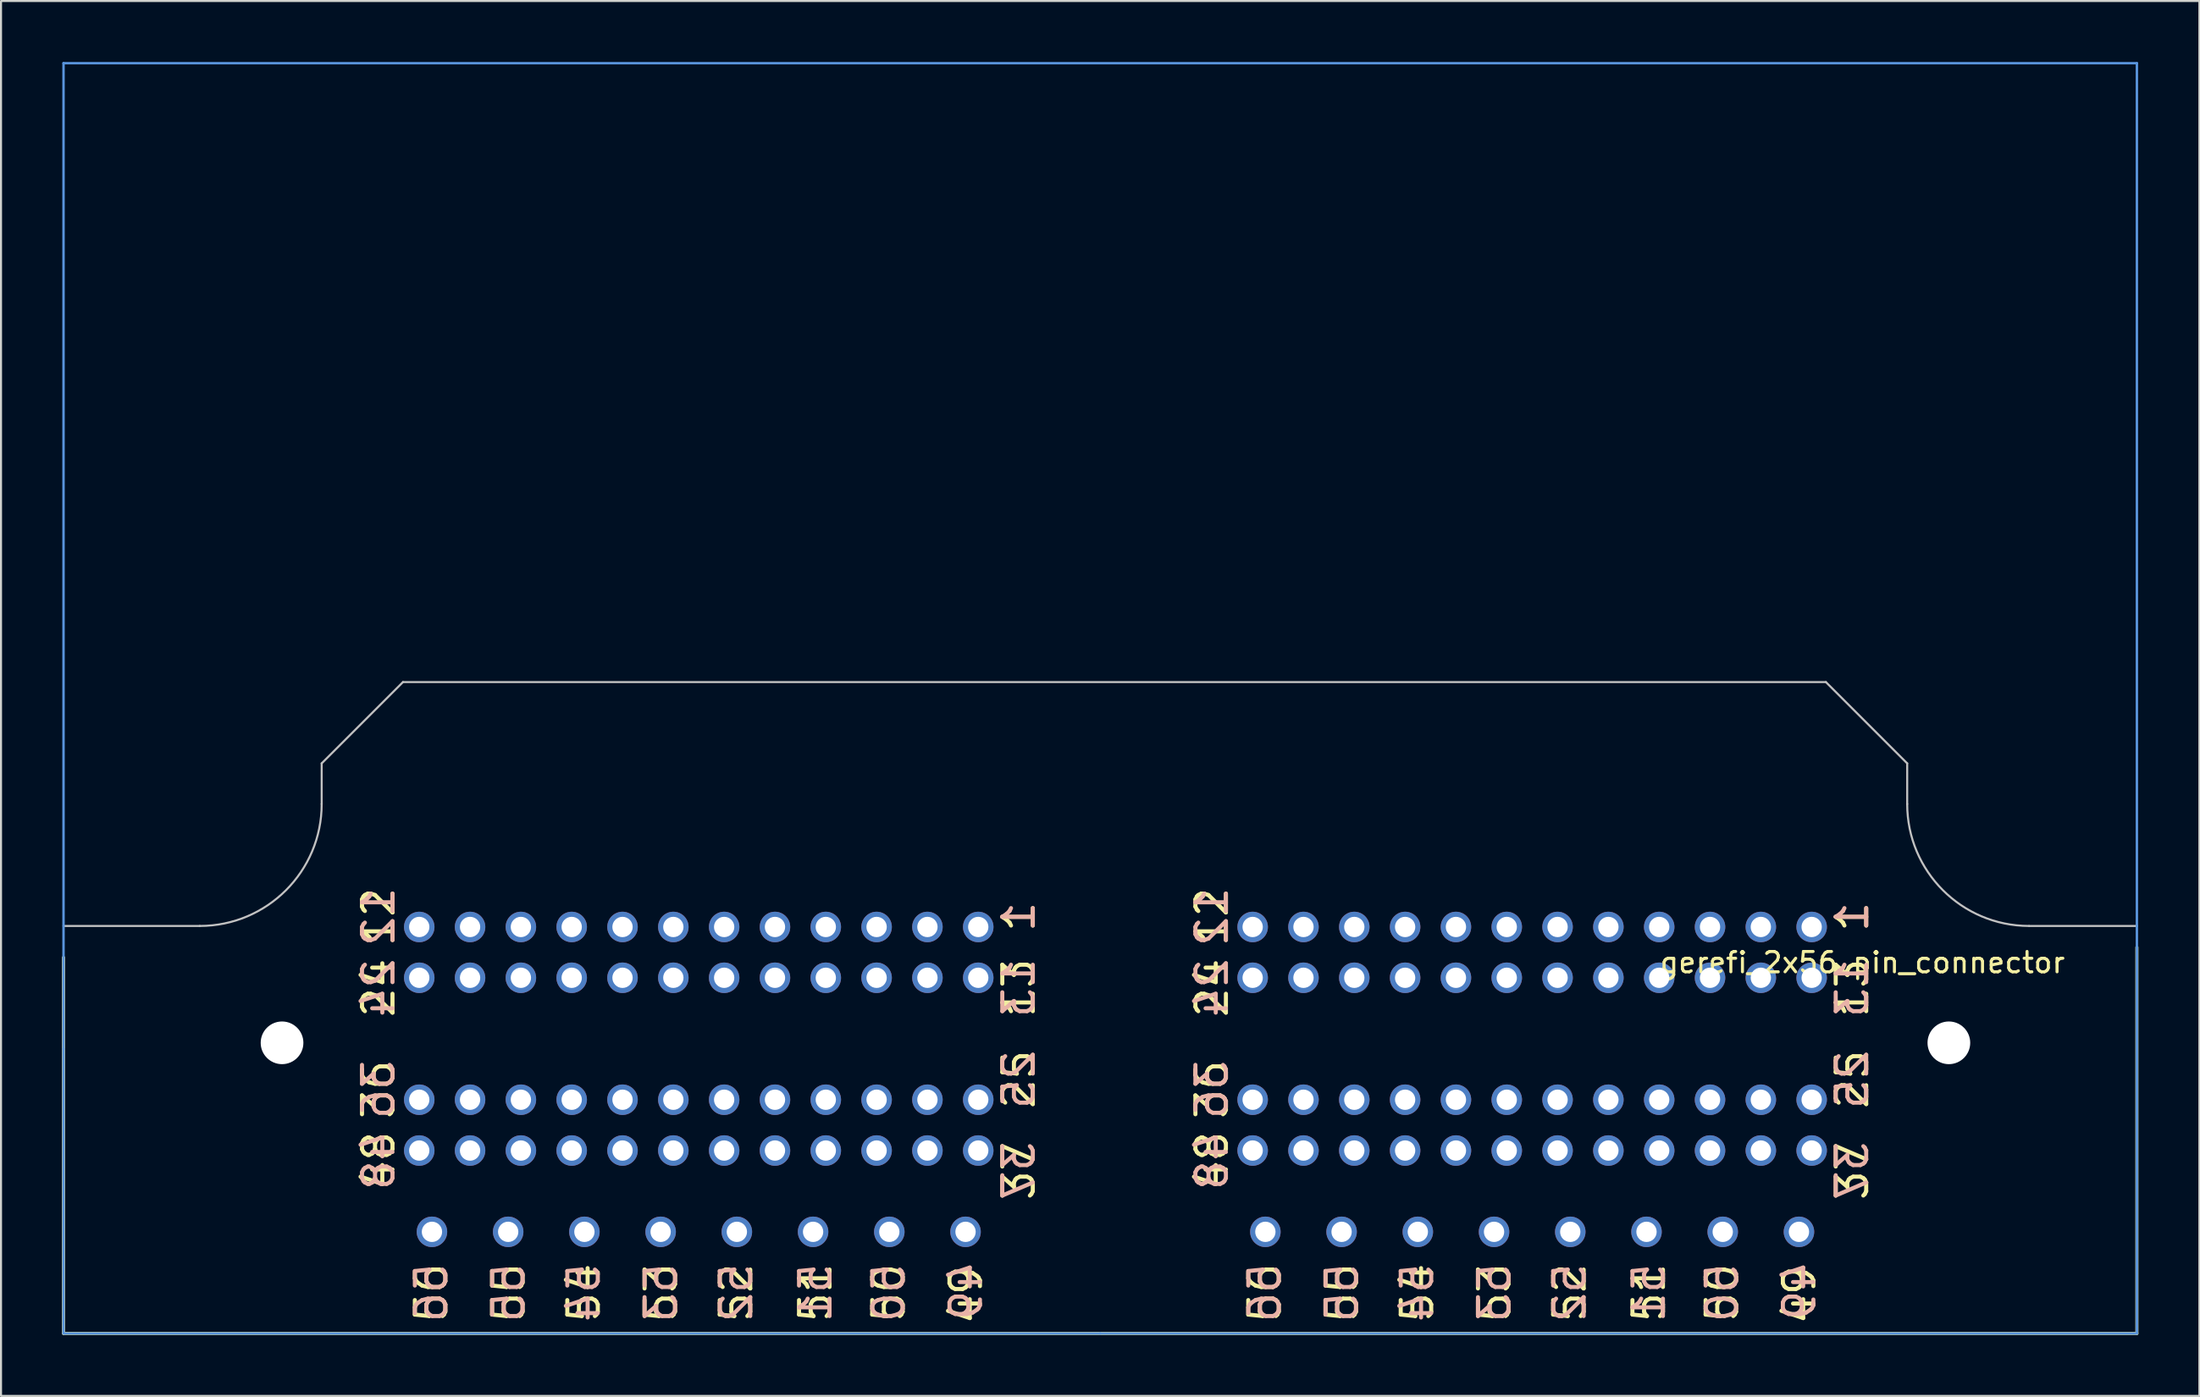
<source format=kicad_pcb>
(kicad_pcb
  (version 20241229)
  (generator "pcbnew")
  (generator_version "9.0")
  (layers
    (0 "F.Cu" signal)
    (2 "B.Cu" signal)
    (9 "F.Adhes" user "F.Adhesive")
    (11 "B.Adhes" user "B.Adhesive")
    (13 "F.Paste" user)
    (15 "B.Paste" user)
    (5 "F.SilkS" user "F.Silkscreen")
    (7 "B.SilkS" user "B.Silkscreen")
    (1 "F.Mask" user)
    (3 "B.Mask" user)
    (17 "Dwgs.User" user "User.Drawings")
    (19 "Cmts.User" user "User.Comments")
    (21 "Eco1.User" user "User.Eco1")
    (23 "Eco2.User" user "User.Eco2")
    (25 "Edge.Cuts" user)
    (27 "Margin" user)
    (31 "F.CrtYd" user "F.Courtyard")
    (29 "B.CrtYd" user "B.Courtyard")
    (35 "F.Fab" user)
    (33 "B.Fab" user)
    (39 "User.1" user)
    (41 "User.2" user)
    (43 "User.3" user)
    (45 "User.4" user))
  (footprint "gerefi_2x56_pin_connector"
    (layer "F.Cu")
    (at 86.075 42.56)
    (property "Reference" "gerefi_2x56_pin_connector" (at 2.5 1.75 0) (layer "F.SilkS") (effects (font (size 1 1) (thickness 0.15))))
    (attr through_hole)
    (fp_line (start -86 1.5) (end -86 20) (stroke (width 0.15) (type solid)) (layer "F.SilkS"))
    (fp_line (start -86 20) (end 16 20) (stroke (width 0.15) (type solid)) (layer "F.SilkS"))
    (fp_line (start 16 20) (end 16 1) (stroke (width 0.15) (type solid)) (layer "F.SilkS"))
    (fp_line (start -86 -0.05) (end -79.3 -0.05) (stroke (width 0.1) (type solid)) (layer "Dwgs.User"))
    (fp_line (start -73.3 -8.05) (end -69.3 -12.05) (stroke (width 0.1) (type solid)) (layer "Dwgs.User"))
    (fp_line (start -73.3 -6.05) (end -73.3 -8.05) (stroke (width 0.1) (type solid)) (layer "Dwgs.User"))
    (fp_line (start -69.3 -12.05) (end 0.7 -12.05) (stroke (width 0.1) (type solid)) (layer "Dwgs.User"))
    (fp_line (start 4.7 -8.05) (end 0.7 -12.05) (stroke (width 0.1) (type solid)) (layer "Dwgs.User"))
    (fp_line (start 4.7 -6.05) (end 4.7 -8.05) (stroke (width 0.1) (type solid)) (layer "Dwgs.User"))
    (fp_line (start 16 -0.05) (end 10.7 -0.05) (stroke (width 0.1) (type solid)) (layer "Dwgs.User"))
    (fp_arc (start -73.3 -6.05) (mid -75.057359 -1.807359) (end -79.3 -0.05) (stroke (width 0.1) (type solid)) (layer "Dwgs.User"))
    (fp_arc (start 10.689528 -0.050009) (mid 6.453658 -1.811063) (end 4.7 -6.05) (stroke (width 0.1) (type solid)) (layer "Dwgs.User"))
    (fp_line (start -86 -42.5) (end 16 -42.5) (stroke (width 0.12) (type solid)) (layer "Cmts.User"))
    (fp_line (start -86 6) (end -86 -42.5) (stroke (width 0.12) (type solid)) (layer "Cmts.User"))
    (fp_line (start -86 6) (end -86 20) (stroke (width 0.12) (type solid)) (layer "Cmts.User"))
    (fp_line (start -35 20) (end -86 20) (stroke (width 0.12) (type solid)) (layer "Cmts.User"))
    (fp_line (start -35 20) (end 16 20) (stroke (width 0.12) (type solid)) (layer "Cmts.User"))
    (fp_line (start 16 -42.5) (end 16 20) (stroke (width 0.12) (type solid)) (layer "Cmts.User"))
    (fp_text user "49" (at -41.6 18.1 90) (layer "F.SilkS") (effects (font (size 1.5 1.5) (thickness 0.2))))
    (fp_text user "25" (at -39 7.5 90) (layer "F.SilkS") (effects (font (size 1.5 1.5) (thickness 0.2))))
    (fp_text user "52" (at -11.9 18 90) (layer "F.SilkS") (effects (font (size 1.5 1.5) (thickness 0.2))))
    (fp_text user "54" (at -19.4 18 90) (layer "F.SilkS") (effects (font (size 1.5 1.5) (thickness 0.2))))
    (fp_text user "37" (at 2 12 90) (layer "F.SilkS") (effects (font (size 1.5 1.5) (thickness 0.2))))
    (fp_text user "36" (at -70.5 8 90) (layer "F.SilkS") (effects (font (size 1.5 1.5) (thickness 0.2))))
    (fp_text user "1" (at -39 -0.5 90) (layer "F.SilkS") (effects (font (size 1.5 1.5) (thickness 0.2))))
    (fp_text user "49" (at -0.6 18.1 90) (layer "F.SilkS") (effects (font (size 1.5 1.5) (thickness 0.2))))
    (fp_text user "55" (at -64.1 18 90) (layer "F.SilkS") (effects (font (size 1.5 1.5) (thickness 0.2))))
    (fp_text user "1" (at 2 -0.5 90) (layer "F.SilkS") (effects (font (size 1.5 1.5) (thickness 0.2))))
    (fp_text user "37" (at -39 12 90) (layer "F.SilkS") (effects (font (size 1.5 1.5) (thickness 0.2))))
    (fp_text user "25" (at 2 7.5 90) (layer "F.SilkS") (effects (font (size 1.5 1.5) (thickness 0.2))))
    (fp_text user "24" (at -70.5 3 90) (layer "F.SilkS") (effects (font (size 1.5 1.5) (thickness 0.2))))
    (fp_text user "12" (at -70.5 -0.5 90) (layer "F.SilkS") (effects (font (size 1.5 1.5) (thickness 0.2))))
    (fp_text user "24" (at -29.5 3 90) (layer "F.SilkS") (effects (font (size 1.5 1.5) (thickness 0.2))))
    (fp_text user "50" (at -4.4 18 90) (layer "F.SilkS") (effects (font (size 1.5 1.5) (thickness 0.2))))
    (fp_text user "51" (at -49 18 90) (layer "F.SilkS") (effects (font (size 1.5 1.5) (thickness 0.2))))
    (fp_text user "48" (at -29.5 11.5 90) (layer "F.SilkS") (effects (font (size 1.5 1.5) (thickness 0.2))))
    (fp_text user "56" (at -67.9 18 90) (layer "F.SilkS") (effects (font (size 1.5 1.5) (thickness 0.2))))
    (fp_text user "50" (at -45.4 18 90) (layer "F.SilkS") (effects (font (size 1.5 1.5) (thickness 0.2))))
    (fp_text user "53" (at -56.6 18 90) (layer "F.SilkS") (effects (font (size 1.5 1.5) (thickness 0.2))))
    (fp_text user "53" (at -15.6 18 90) (layer "F.SilkS") (effects (font (size 1.5 1.5) (thickness 0.2))))
    (fp_text user "36" (at -29.5 8 90) (layer "F.SilkS") (effects (font (size 1.5 1.5) (thickness 0.2))))
    (fp_text user "56" (at -26.9 18 90) (layer "F.SilkS") (effects (font (size 1.5 1.5) (thickness 0.2))))
    (fp_text user "55" (at -23.1 18 90) (layer "F.SilkS") (effects (font (size 1.5 1.5) (thickness 0.2))))
    (fp_text user "54" (at -60.4 18 90) (layer "F.SilkS") (effects (font (size 1.5 1.5) (thickness 0.2))))
    (fp_text user "51" (at -8 18 90) (layer "F.SilkS") (effects (font (size 1.5 1.5) (thickness 0.2))))
    (fp_text user "48" (at -70.5 11.5 90) (layer "F.SilkS") (effects (font (size 1.5 1.5) (thickness 0.2))))
    (fp_text user "13" (at -39 3 90) (layer "F.SilkS") (effects (font (size 1.5 1.5) (thickness 0.2))))
    (fp_text user "13" (at 2 3 90) (layer "F.SilkS") (effects (font (size 1.5 1.5) (thickness 0.2))))
    (fp_text user "12" (at -29.5 -0.5 90) (layer "F.SilkS") (effects (font (size 1.5 1.5) (thickness 0.2))))
    (fp_text user "52" (at -52.9 18 90) (layer "F.SilkS") (effects (font (size 1.5 1.5) (thickness 0.2))))
    (fp_text user "48" (at -29.5 11.5 90) (layer "B.SilkS") (effects (font (size 1.5 1.5) (thickness 0.2)) (justify mirror)))
    (fp_text user "55" (at -64.1 18 270) (layer "B.SilkS") (effects (font (size 1.5 1.5) (thickness 0.2)) (justify mirror)))
    (fp_text user "53" (at -15.6 18 270) (layer "B.SilkS") (effects (font (size 1.5 1.5) (thickness 0.2)) (justify mirror)))
    (fp_text user "56" (at -67.9 18 270) (layer "B.SilkS") (effects (font (size 1.5 1.5) (thickness 0.2)) (justify mirror)))
    (fp_text user "51" (at -8 18 270) (layer "B.SilkS") (effects (font (size 1.5 1.5) (thickness 0.2)) (justify mirror)))
    (fp_text user "49" (at -41.6 17.9 270) (layer "B.SilkS") (effects (font (size 1.5 1.5) (thickness 0.2)) (justify mirror)))
    (fp_text user "36" (at -70.5 8 90) (layer "B.SilkS") (effects (font (size 1.5 1.5) (thickness 0.2)) (justify mirror)))
    (fp_text user "12" (at -70.5 -0.5 90) (layer "B.SilkS") (effects (font (size 1.5 1.5) (thickness 0.2)) (justify mirror)))
    (fp_text user "1" (at -39 -0.5 90) (layer "B.SilkS") (effects (font (size 1.5 1.5) (thickness 0.2)) (justify mirror)))
    (fp_text user "36" (at -29.5 8 90) (layer "B.SilkS") (effects (font (size 1.5 1.5) (thickness 0.2)) (justify mirror)))
    (fp_text user "25" (at 2 7.5 90) (layer "B.SilkS") (effects (font (size 1.5 1.5) (thickness 0.2)) (justify mirror)))
    (fp_text user "50" (at -45.4 18 270) (layer "B.SilkS") (effects (font (size 1.5 1.5) (thickness 0.2)) (justify mirror)))
    (fp_text user "1" (at 2 -0.5 90) (layer "B.SilkS") (effects (font (size 1.5 1.5) (thickness 0.2)) (justify mirror)))
    (fp_text user "37" (at 2 12 90) (layer "B.SilkS") (effects (font (size 1.5 1.5) (thickness 0.2)) (justify mirror)))
    (fp_text user "50" (at -4.4 18 270) (layer "B.SilkS") (effects (font (size 1.5 1.5) (thickness 0.2)) (justify mirror)))
    (fp_text user "52" (at -11.9 18 270) (layer "B.SilkS") (effects (font (size 1.5 1.5) (thickness 0.2)) (justify mirror)))
    (fp_text user "13" (at -39 3 90) (layer "B.SilkS") (effects (font (size 1.5 1.5) (thickness 0.2)) (justify mirror)))
    (fp_text user "37" (at -39 12 90) (layer "B.SilkS") (effects (font (size 1.5 1.5) (thickness 0.2)) (justify mirror)))
    (fp_text user "51" (at -49 18 270) (layer "B.SilkS") (effects (font (size 1.5 1.5) (thickness 0.2)) (justify mirror)))
    (fp_text user "54" (at -60.4 18 270) (layer "B.SilkS") (effects (font (size 1.5 1.5) (thickness 0.2)) (justify mirror)))
    (fp_text user "52" (at -52.9 18 270) (layer "B.SilkS") (effects (font (size 1.5 1.5) (thickness 0.2)) (justify mirror)))
    (fp_text user "53" (at -56.6 18 270) (layer "B.SilkS") (effects (font (size 1.5 1.5) (thickness 0.2)) (justify mirror)))
    (fp_text user "48" (at -70.5 11.5 90) (layer "B.SilkS") (effects (font (size 1.5 1.5) (thickness 0.2)) (justify mirror)))
    (fp_text user "56" (at -26.9 18 270) (layer "B.SilkS") (effects (font (size 1.5 1.5) (thickness 0.2)) (justify mirror)))
    (fp_text user "24" (at -29.5 3 90) (layer "B.SilkS") (effects (font (size 1.5 1.5) (thickness 0.2)) (justify mirror)))
    (fp_text user "54" (at -19.4 18 270) (layer "B.SilkS") (effects (font (size 1.5 1.5) (thickness 0.2)) (justify mirror)))
    (fp_text user "25" (at -39 7.5 90) (layer "B.SilkS") (effects (font (size 1.5 1.5) (thickness 0.2)) (justify mirror)))
    (fp_text user "49" (at -0.6 17.9 270) (layer "B.SilkS") (effects (font (size 1.5 1.5) (thickness 0.2)) (justify mirror)))
    (fp_text user "12" (at -29.5 -0.5 90) (layer "B.SilkS") (effects (font (size 1.5 1.5) (thickness 0.2)) (justify mirror)))
    (fp_text user "13" (at 2 3 90) (layer "B.SilkS") (effects (font (size 1.5 1.5) (thickness 0.2)) (justify mirror)))
    (fp_text user "24" (at -70.5 3 90) (layer "B.SilkS") (effects (font (size 1.5 1.5) (thickness 0.2)) (justify mirror)))
    (fp_text user "55" (at -23.1 18 270) (layer "B.SilkS") (effects (font (size 1.5 1.5) (thickness 0.2)) (justify mirror)))
    (pad "" np_thru_hole circle (at -75.25 5.7 90) (size 2.1 2.1) (drill 2.1) (layers "*.Cu" "*.Mask"))
    (pad "" np_thru_hole circle (at 6.75 5.7 90) (size 2.1 2.1) (drill 2.1) (layers "*.Cu" "*.Mask"))
    (pad "1" thru_hole circle (at 0 0 90) (size 1.5 1.5) (drill 1) (layers "*.Cu" "*.Mask"))
    (pad "2" thru_hole circle (at -2.5 0 90) (size 1.5 1.5) (drill 1) (layers "*.Cu" "*.Mask"))
    (pad "3" thru_hole circle (at -5 0 90) (size 1.5 1.5) (drill 1) (layers "*.Cu" "*.Mask"))
    (pad "4" thru_hole circle (at -7.5 0 90) (size 1.5 1.5) (drill 1) (layers "*.Cu" "*.Mask"))
    (pad "5" thru_hole circle (at -10 0 90) (size 1.5 1.5) (drill 1) (layers "*.Cu" "*.Mask"))
    (pad "6" thru_hole circle (at -12.5 0 90) (size 1.5 1.5) (drill 1) (layers "*.Cu" "*.Mask"))
    (pad "7" thru_hole circle (at -15 0 90) (size 1.5 1.5) (drill 1) (layers "*.Cu" "*.Mask"))
    (pad "8" thru_hole circle (at -17.5 0 90) (size 1.5 1.5) (drill 1) (layers "*.Cu" "*.Mask"))
    (pad "9" thru_hole circle (at -20 0 90) (size 1.5 1.5) (drill 1) (layers "*.Cu" "*.Mask"))
    (pad "10" thru_hole circle (at -22.5 0 90) (size 1.5 1.5) (drill 1) (layers "*.Cu" "*.Mask"))
    (pad "11" thru_hole circle (at -25 0 90) (size 1.5 1.5) (drill 1) (layers "*.Cu" "*.Mask"))
    (pad "12" thru_hole circle (at -27.5 0 90) (size 1.5 1.5) (drill 1) (layers "*.Cu" "*.Mask"))
    (pad "13" thru_hole circle (at 0 2.5 90) (size 1.5 1.5) (drill 1) (layers "*.Cu" "*.Mask"))
    (pad "14" thru_hole circle (at -2.5 2.5 90) (size 1.5 1.5) (drill 1) (layers "*.Cu" "*.Mask"))
    (pad "15" thru_hole circle (at -5 2.5 90) (size 1.5 1.5) (drill 1) (layers "*.Cu" "*.Mask"))
    (pad "16" thru_hole circle (at -7.5 2.5 90) (size 1.5 1.5) (drill 1) (layers "*.Cu" "*.Mask"))
    (pad "17" thru_hole circle (at -10 2.5 90) (size 1.5 1.5) (drill 1) (layers "*.Cu" "*.Mask"))
    (pad "18" thru_hole circle (at -12.5 2.5 90) (size 1.5 1.5) (drill 1) (layers "*.Cu" "*.Mask"))
    (pad "19" thru_hole circle (at -15 2.5 90) (size 1.5 1.5) (drill 1) (layers "*.Cu" "*.Mask"))
    (pad "20" thru_hole circle (at -17.5 2.5 90) (size 1.5 1.5) (drill 1) (layers "*.Cu" "*.Mask"))
    (pad "21" thru_hole circle (at -20 2.5 90) (size 1.5 1.5) (drill 1) (layers "*.Cu" "*.Mask"))
    (pad "22" thru_hole circle (at -22.5 2.5 90) (size 1.5 1.5) (drill 1) (layers "*.Cu" "*.Mask"))
    (pad "23" thru_hole circle (at -25 2.5 90) (size 1.5 1.5) (drill 1) (layers "*.Cu" "*.Mask"))
    (pad "24" thru_hole circle (at -27.5 2.5 90) (size 1.5 1.5) (drill 1) (layers "*.Cu" "*.Mask"))
    (pad "25" thru_hole circle (at 0 8.5 90) (size 1.5 1.5) (drill 1) (layers "*.Cu" "*.Mask"))
    (pad "26" thru_hole circle (at -2.5 8.5 90) (size 1.5 1.5) (drill 1) (layers "*.Cu" "*.Mask"))
    (pad "27" thru_hole circle (at -5 8.5 90) (size 1.5 1.5) (drill 1) (layers "*.Cu" "*.Mask"))
    (pad "28" thru_hole circle (at -7.5 8.5 90) (size 1.5 1.5) (drill 1) (layers "*.Cu" "*.Mask"))
    (pad "29" thru_hole circle (at -10 8.5 90) (size 1.5 1.5) (drill 1) (layers "*.Cu" "*.Mask"))
    (pad "30" thru_hole circle (at -12.5 8.5 90) (size 1.5 1.5) (drill 1) (layers "*.Cu" "*.Mask"))
    (pad "31" thru_hole circle (at -15 8.5 90) (size 1.5 1.5) (drill 1) (layers "*.Cu" "*.Mask"))
    (pad "32" thru_hole circle (at -17.5 8.5 90) (size 1.5 1.5) (drill 1) (layers "*.Cu" "*.Mask"))
    (pad "33" thru_hole circle (at -20 8.5 90) (size 1.5 1.5) (drill 1) (layers "*.Cu" "*.Mask"))
    (pad "34" thru_hole circle (at -22.5 8.5 90) (size 1.5 1.5) (drill 1) (layers "*.Cu" "*.Mask"))
    (pad "35" thru_hole circle (at -25 8.5 90) (size 1.5 1.5) (drill 1) (layers "*.Cu" "*.Mask"))
    (pad "36" thru_hole circle (at -27.5 8.5 90) (size 1.5 1.5) (drill 1) (layers "*.Cu" "*.Mask"))
    (pad "37" thru_hole circle (at 0 11 90) (size 1.5 1.5) (drill 1) (layers "*.Cu" "*.Mask"))
    (pad "38" thru_hole circle (at -2.5 11 90) (size 1.5 1.5) (drill 1) (layers "*.Cu" "*.Mask"))
    (pad "39" thru_hole circle (at -5 11 90) (size 1.5 1.5) (drill 1) (layers "*.Cu" "*.Mask"))
    (pad "40" thru_hole circle (at -7.5 11 90) (size 1.5 1.5) (drill 1) (layers "*.Cu" "*.Mask"))
    (pad "41" thru_hole circle (at -10 11 90) (size 1.5 1.5) (drill 1) (layers "*.Cu" "*.Mask"))
    (pad "42" thru_hole circle (at -12.5 11 90) (size 1.5 1.5) (drill 1) (layers "*.Cu" "*.Mask"))
    (pad "43" thru_hole circle (at -15 11 90) (size 1.5 1.5) (drill 1) (layers "*.Cu" "*.Mask"))
    (pad "44" thru_hole circle (at -17.5 11 90) (size 1.5 1.5) (drill 1) (layers "*.Cu" "*.Mask"))
    (pad "45" thru_hole circle (at -20 11 90) (size 1.5 1.5) (drill 1) (layers "*.Cu" "*.Mask"))
    (pad "46" thru_hole circle (at -22.5 11 90) (size 1.5 1.5) (drill 1) (layers "*.Cu" "*.Mask"))
    (pad "47" thru_hole circle (at -25 11 90) (size 1.5 1.5) (drill 1) (layers "*.Cu" "*.Mask"))
    (pad "48" thru_hole circle (at -27.5 11 90) (size 1.5 1.5) (drill 1) (layers "*.Cu" "*.Mask"))
    (pad "49" thru_hole circle (at -0.625 15 90) (size 1.5 1.5) (drill 1) (layers "*.Cu" "*.Mask"))
    (pad "50" thru_hole circle (at -4.375 15 90) (size 1.5 1.5) (drill 1) (layers "*.Cu" "*.Mask"))
    (pad "51" thru_hole circle (at -8.125 15 90) (size 1.5 1.5) (drill 1) (layers "*.Cu" "*.Mask"))
    (pad "52" thru_hole circle (at -11.875 15 90) (size 1.5 1.5) (drill 1) (layers "*.Cu" "*.Mask"))
    (pad "53" thru_hole circle (at -15.625 15 90) (size 1.5 1.5) (drill 1) (layers "*.Cu" "*.Mask"))
    (pad "54" thru_hole circle (at -19.375 15 90) (size 1.5 1.5) (drill 1) (layers "*.Cu" "*.Mask"))
    (pad "55" thru_hole circle (at -23.125 15 90) (size 1.5 1.5) (drill 1) (layers "*.Cu" "*.Mask"))
    (pad "56" thru_hole circle (at -26.875 15 90) (size 1.5 1.5) (drill 1) (layers "*.Cu" "*.Mask"))
    (pad "57" thru_hole circle (at -41 0 90) (size 1.5 1.5) (drill 1) (layers "*.Cu" "*.Mask"))
    (pad "58" thru_hole circle (at -43.5 0 90) (size 1.5 1.5) (drill 1) (layers "*.Cu" "*.Mask"))
    (pad "59" thru_hole circle (at -46 0 90) (size 1.5 1.5) (drill 1) (layers "*.Cu" "*.Mask"))
    (pad "60" thru_hole circle (at -48.5 0 90) (size 1.5 1.5) (drill 1) (layers "*.Cu" "*.Mask"))
    (pad "61" thru_hole circle (at -51 0 90) (size 1.5 1.5) (drill 1) (layers "*.Cu" "*.Mask"))
    (pad "62" thru_hole circle (at -53.5 0 90) (size 1.5 1.5) (drill 1) (layers "*.Cu" "*.Mask"))
    (pad "63" thru_hole circle (at -56 0 90) (size 1.5 1.5) (drill 1) (layers "*.Cu" "*.Mask"))
    (pad "64" thru_hole circle (at -58.5 0 90) (size 1.5 1.5) (drill 1) (layers "*.Cu" "*.Mask"))
    (pad "65" thru_hole circle (at -61 0 90) (size 1.5 1.5) (drill 1) (layers "*.Cu" "*.Mask"))
    (pad "66" thru_hole circle (at -63.5 0 90) (size 1.5 1.5) (drill 1) (layers "*.Cu" "*.Mask"))
    (pad "67" thru_hole circle (at -66 0 90) (size 1.5 1.5) (drill 1) (layers "*.Cu" "*.Mask"))
    (pad "68" thru_hole circle (at -68.5 0 90) (size 1.5 1.5) (drill 1) (layers "*.Cu" "*.Mask"))
    (pad "69" thru_hole circle (at -41 2.5 90) (size 1.5 1.5) (drill 1) (layers "*.Cu" "*.Mask"))
    (pad "70" thru_hole circle (at -43.5 2.5 90) (size 1.5 1.5) (drill 1) (layers "*.Cu" "*.Mask"))
    (pad "71" thru_hole circle (at -46 2.5 90) (size 1.5 1.5) (drill 1) (layers "*.Cu" "*.Mask"))
    (pad "72" thru_hole circle (at -48.5 2.5 90) (size 1.5 1.5) (drill 1) (layers "*.Cu" "*.Mask"))
    (pad "73" thru_hole circle (at -51 2.5 90) (size 1.5 1.5) (drill 1) (layers "*.Cu" "*.Mask"))
    (pad "74" thru_hole circle (at -53.5 2.5 90) (size 1.5 1.5) (drill 1) (layers "*.Cu" "*.Mask"))
    (pad "75" thru_hole circle (at -56 2.5 90) (size 1.5 1.5) (drill 1) (layers "*.Cu" "*.Mask"))
    (pad "76" thru_hole circle (at -58.5 2.5 90) (size 1.5 1.5) (drill 1) (layers "*.Cu" "*.Mask"))
    (pad "77" thru_hole circle (at -61 2.5 90) (size 1.5 1.5) (drill 1) (layers "*.Cu" "*.Mask"))
    (pad "78" thru_hole circle (at -63.5 2.5 90) (size 1.5 1.5) (drill 1) (layers "*.Cu" "*.Mask"))
    (pad "79" thru_hole circle (at -66 2.5 90) (size 1.5 1.5) (drill 1) (layers "*.Cu" "*.Mask"))
    (pad "80" thru_hole circle (at -68.5 2.5 90) (size 1.5 1.5) (drill 1) (layers "*.Cu" "*.Mask"))
    (pad "81" thru_hole circle (at -41 8.5 90) (size 1.5 1.5) (drill 1) (layers "*.Cu" "*.Mask"))
    (pad "82" thru_hole circle (at -43.5 8.5 90) (size 1.5 1.5) (drill 1) (layers "*.Cu" "*.Mask"))
    (pad "83" thru_hole circle (at -46 8.5 90) (size 1.5 1.5) (drill 1) (layers "*.Cu" "*.Mask"))
    (pad "84" thru_hole circle (at -48.5 8.5 90) (size 1.5 1.5) (drill 1) (layers "*.Cu" "*.Mask"))
    (pad "85" thru_hole circle (at -51 8.5 90) (size 1.5 1.5) (drill 1) (layers "*.Cu" "*.Mask"))
    (pad "86" thru_hole circle (at -53.5 8.5 90) (size 1.5 1.5) (drill 1) (layers "*.Cu" "*.Mask"))
    (pad "87" thru_hole circle (at -56 8.5 90) (size 1.5 1.5) (drill 1) (layers "*.Cu" "*.Mask"))
    (pad "88" thru_hole circle (at -58.5 8.5 90) (size 1.5 1.5) (drill 1) (layers "*.Cu" "*.Mask"))
    (pad "89" thru_hole circle (at -61 8.5 90) (size 1.5 1.5) (drill 1) (layers "*.Cu" "*.Mask"))
    (pad "90" thru_hole circle (at -63.5 8.5 90) (size 1.5 1.5) (drill 1) (layers "*.Cu" "*.Mask"))
    (pad "91" thru_hole circle (at -66 8.5 90) (size 1.5 1.5) (drill 1) (layers "*.Cu" "*.Mask"))
    (pad "92" thru_hole circle (at -68.5 8.5 90) (size 1.5 1.5) (drill 1) (layers "*.Cu" "*.Mask"))
    (pad "93" thru_hole circle (at -41 11 90) (size 1.5 1.5) (drill 1) (layers "*.Cu" "*.Mask"))
    (pad "94" thru_hole circle (at -43.5 11 90) (size 1.5 1.5) (drill 1) (layers "*.Cu" "*.Mask"))
    (pad "95" thru_hole circle (at -46 11 90) (size 1.5 1.5) (drill 1) (layers "*.Cu" "*.Mask"))
    (pad "96" thru_hole circle (at -48.5 11 90) (size 1.5 1.5) (drill 1) (layers "*.Cu" "*.Mask"))
    (pad "97" thru_hole circle (at -51 11 90) (size 1.5 1.5) (drill 1) (layers "*.Cu" "*.Mask"))
    (pad "98" thru_hole circle (at -53.5 11 90) (size 1.5 1.5) (drill 1) (layers "*.Cu" "*.Mask"))
    (pad "99" thru_hole circle (at -56 11 90) (size 1.5 1.5) (drill 1) (layers "*.Cu" "*.Mask"))
    (pad "100" thru_hole circle (at -58.5 11 90) (size 1.5 1.5) (drill 1) (layers "*.Cu" "*.Mask"))
    (pad "101" thru_hole circle (at -61 11 90) (size 1.5 1.5) (drill 1) (layers "*.Cu" "*.Mask"))
    (pad "102" thru_hole circle (at -63.5 11 90) (size 1.5 1.5) (drill 1) (layers "*.Cu" "*.Mask"))
    (pad "103" thru_hole circle (at -66 11 90) (size 1.5 1.5) (drill 1) (layers "*.Cu" "*.Mask"))
    (pad "104" thru_hole circle (at -68.5 11 90) (size 1.5 1.5) (drill 1) (layers "*.Cu" "*.Mask"))
    (pad "105" thru_hole circle (at -41.625 15 90) (size 1.5 1.5) (drill 1) (layers "*.Cu" "*.Mask"))
    (pad "106" thru_hole circle (at -45.375 15 90) (size 1.5 1.5) (drill 1) (layers "*.Cu" "*.Mask"))
    (pad "107" thru_hole circle (at -49.125 15 90) (size 1.5 1.5) (drill 1) (layers "*.Cu" "*.Mask"))
    (pad "108" thru_hole circle (at -52.875 15 90) (size 1.5 1.5) (drill 1) (layers "*.Cu" "*.Mask"))
    (pad "109" thru_hole circle (at -56.625 15 90) (size 1.5 1.5) (drill 1) (layers "*.Cu" "*.Mask"))
    (pad "110" thru_hole circle (at -60.375 15 90) (size 1.5 1.5) (drill 1) (layers "*.Cu" "*.Mask"))
    (pad "111" thru_hole circle (at -64.125 15 90) (size 1.5 1.5) (drill 1) (layers "*.Cu" "*.Mask"))
    (pad "112" thru_hole circle (at -67.875 15 90) (size 1.5 1.5) (drill 1) (layers "*.Cu" "*.Mask")))
  (gr_rect
    (start -3 -3)
    (end 105.15 65.635)
    (stroke (width 0.1) (type default))
    (fill no)
    (layer "Edge.Cuts")))
</source>
